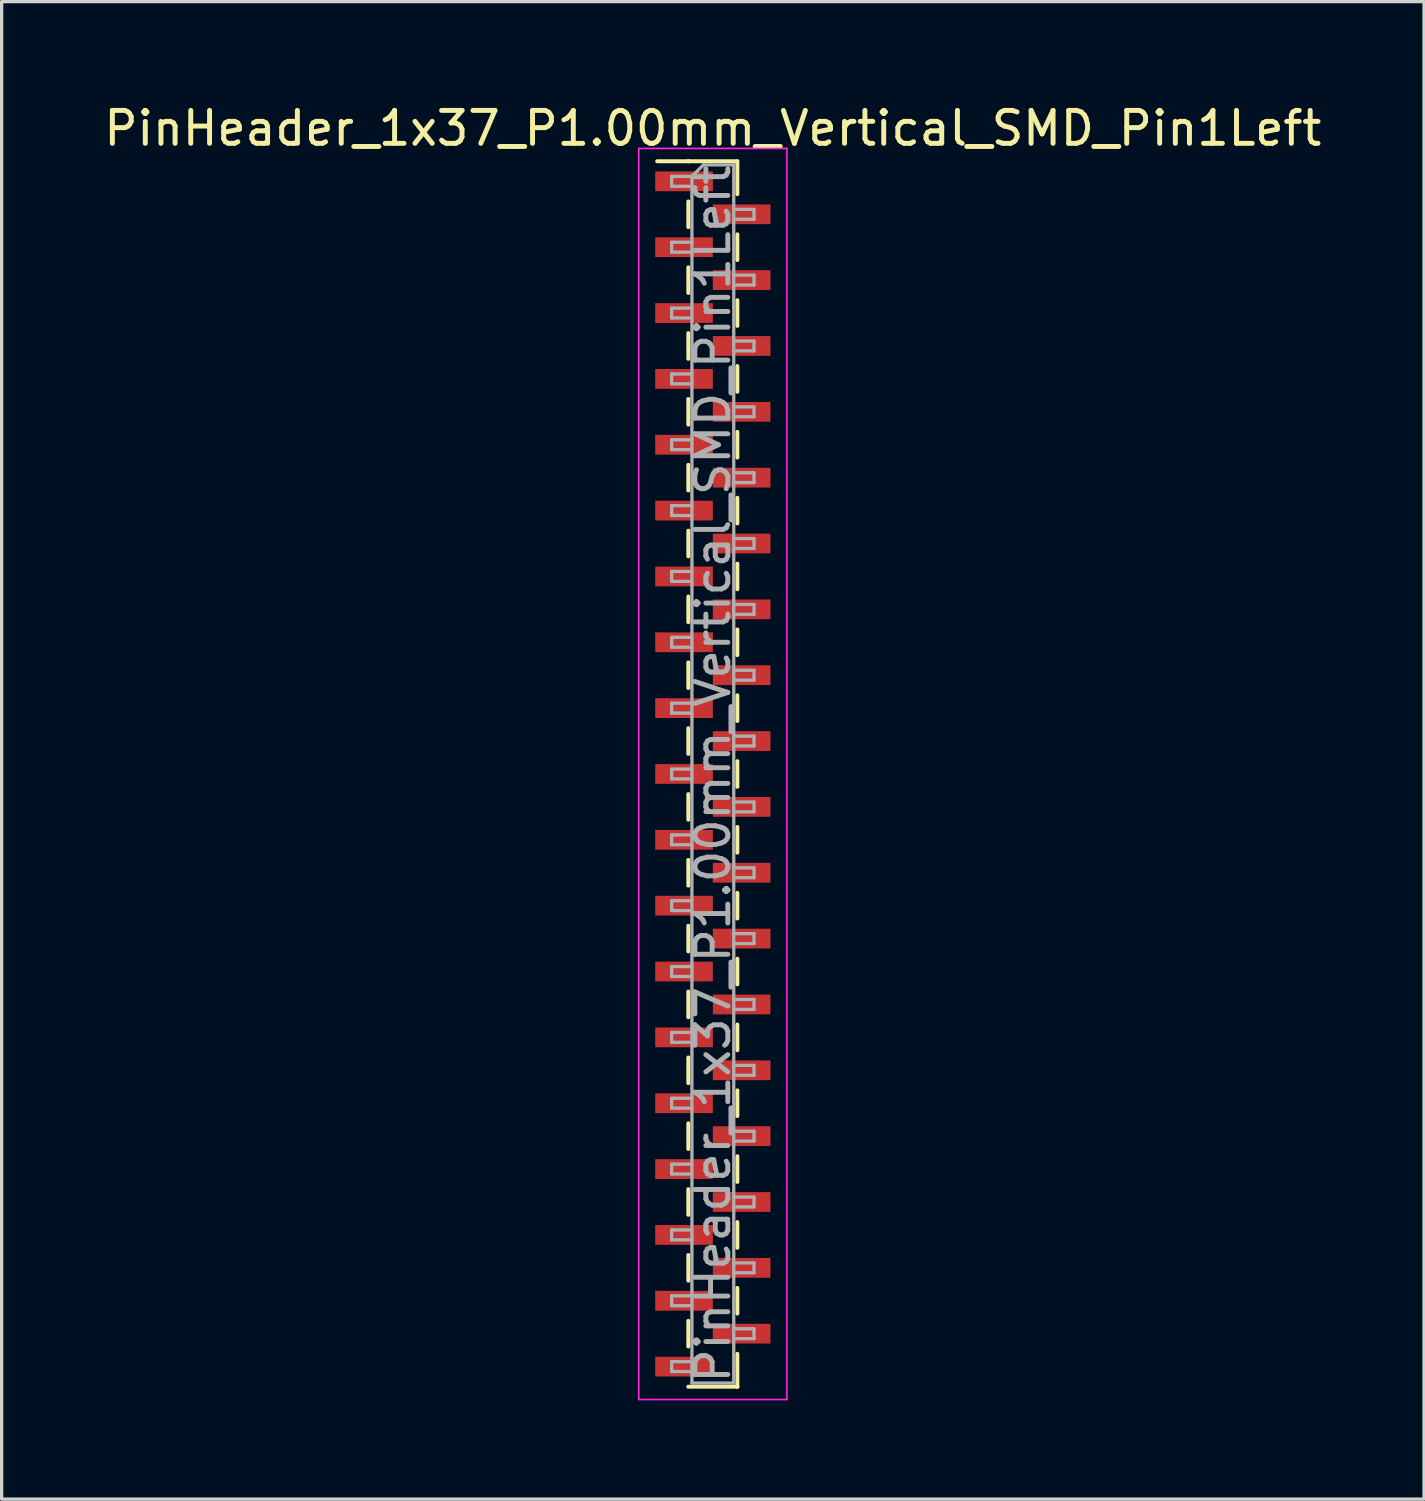
<source format=kicad_pcb>
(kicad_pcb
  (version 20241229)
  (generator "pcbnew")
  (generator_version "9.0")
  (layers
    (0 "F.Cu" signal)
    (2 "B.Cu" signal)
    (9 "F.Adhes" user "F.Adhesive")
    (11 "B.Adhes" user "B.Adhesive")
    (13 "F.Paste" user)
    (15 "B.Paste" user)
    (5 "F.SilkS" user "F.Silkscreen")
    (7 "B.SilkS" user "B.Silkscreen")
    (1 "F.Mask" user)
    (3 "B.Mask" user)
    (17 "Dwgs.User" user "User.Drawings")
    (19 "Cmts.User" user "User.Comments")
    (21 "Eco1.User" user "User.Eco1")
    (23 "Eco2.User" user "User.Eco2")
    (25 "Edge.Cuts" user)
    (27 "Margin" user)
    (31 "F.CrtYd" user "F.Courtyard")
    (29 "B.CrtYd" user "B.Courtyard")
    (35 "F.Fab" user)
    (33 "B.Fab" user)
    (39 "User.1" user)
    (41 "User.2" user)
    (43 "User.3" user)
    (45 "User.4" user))
  (footprint "PinHeader_1x37_P1.00mm_Vertical_SMD_Pin1Left"
    (layer "F.Cu")
    (at 18.601 20.458)
    (property "Reference" "PinHeader_1x37_P1.00mm_Vertical_SMD_Pin1Left" (at 0 -19.61 0) (layer "F.SilkS") (effects (font (size 1 1) (thickness 0.15))))
    (attr smd)
    (fp_line (start -0.745 -18.61) (end -1.69 -18.61) (stroke (width 0.12) (type solid)) (layer "F.SilkS"))
    (fp_line (start -0.745 -18.61) (end -0.745 -18.61) (stroke (width 0.12) (type solid)) (layer "F.SilkS"))
    (fp_line (start -0.745 -18.61) (end 0.745 -18.61) (stroke (width 0.12) (type solid)) (layer "F.SilkS"))
    (fp_line (start -0.745 -17.39) (end -0.745 -16.61) (stroke (width 0.12) (type solid)) (layer "F.SilkS"))
    (fp_line (start -0.745 -15.39) (end -0.745 -14.61) (stroke (width 0.12) (type solid)) (layer "F.SilkS"))
    (fp_line (start -0.745 -13.39) (end -0.745 -12.61) (stroke (width 0.12) (type solid)) (layer "F.SilkS"))
    (fp_line (start -0.745 -11.39) (end -0.745 -10.61) (stroke (width 0.12) (type solid)) (layer "F.SilkS"))
    (fp_line (start -0.745 -9.39) (end -0.745 -8.61) (stroke (width 0.12) (type solid)) (layer "F.SilkS"))
    (fp_line (start -0.745 -7.39) (end -0.745 -6.61) (stroke (width 0.12) (type solid)) (layer "F.SilkS"))
    (fp_line (start -0.745 -5.39) (end -0.745 -4.61) (stroke (width 0.12) (type solid)) (layer "F.SilkS"))
    (fp_line (start -0.745 -3.39) (end -0.745 -2.61) (stroke (width 0.12) (type solid)) (layer "F.SilkS"))
    (fp_line (start -0.745 -1.39) (end -0.745 -0.61) (stroke (width 0.12) (type solid)) (layer "F.SilkS"))
    (fp_line (start -0.745 0.61) (end -0.745 1.39) (stroke (width 0.12) (type solid)) (layer "F.SilkS"))
    (fp_line (start -0.745 2.61) (end -0.745 3.39) (stroke (width 0.12) (type solid)) (layer "F.SilkS"))
    (fp_line (start -0.745 4.61) (end -0.745 5.39) (stroke (width 0.12) (type solid)) (layer "F.SilkS"))
    (fp_line (start -0.745 6.61) (end -0.745 7.39) (stroke (width 0.12) (type solid)) (layer "F.SilkS"))
    (fp_line (start -0.745 8.61) (end -0.745 9.39) (stroke (width 0.12) (type solid)) (layer "F.SilkS"))
    (fp_line (start -0.745 10.61) (end -0.745 11.39) (stroke (width 0.12) (type solid)) (layer "F.SilkS"))
    (fp_line (start -0.745 12.61) (end -0.745 13.39) (stroke (width 0.12) (type solid)) (layer "F.SilkS"))
    (fp_line (start -0.745 14.61) (end -0.745 15.39) (stroke (width 0.12) (type solid)) (layer "F.SilkS"))
    (fp_line (start -0.745 16.61) (end -0.745 17.39) (stroke (width 0.12) (type solid)) (layer "F.SilkS"))
    (fp_line (start -0.745 18.61) (end 0.745 18.61) (stroke (width 0.12) (type solid)) (layer "F.SilkS"))
    (fp_line (start 0.745 -18.61) (end 0.745 -17.61) (stroke (width 0.12) (type solid)) (layer "F.SilkS"))
    (fp_line (start 0.745 -16.39) (end 0.745 -15.61) (stroke (width 0.12) (type solid)) (layer "F.SilkS"))
    (fp_line (start 0.745 -14.39) (end 0.745 -13.61) (stroke (width 0.12) (type solid)) (layer "F.SilkS"))
    (fp_line (start 0.745 -12.39) (end 0.745 -11.61) (stroke (width 0.12) (type solid)) (layer "F.SilkS"))
    (fp_line (start 0.745 -10.39) (end 0.745 -9.61) (stroke (width 0.12) (type solid)) (layer "F.SilkS"))
    (fp_line (start 0.745 -8.39) (end 0.745 -7.61) (stroke (width 0.12) (type solid)) (layer "F.SilkS"))
    (fp_line (start 0.745 -6.39) (end 0.745 -5.61) (stroke (width 0.12) (type solid)) (layer "F.SilkS"))
    (fp_line (start 0.745 -4.39) (end 0.745 -3.61) (stroke (width 0.12) (type solid)) (layer "F.SilkS"))
    (fp_line (start 0.745 -2.39) (end 0.745 -1.61) (stroke (width 0.12) (type solid)) (layer "F.SilkS"))
    (fp_line (start 0.745 -0.39) (end 0.745 0.39) (stroke (width 0.12) (type solid)) (layer "F.SilkS"))
    (fp_line (start 0.745 1.61) (end 0.745 2.39) (stroke (width 0.12) (type solid)) (layer "F.SilkS"))
    (fp_line (start 0.745 3.61) (end 0.745 4.39) (stroke (width 0.12) (type solid)) (layer "F.SilkS"))
    (fp_line (start 0.745 5.61) (end 0.745 6.39) (stroke (width 0.12) (type solid)) (layer "F.SilkS"))
    (fp_line (start 0.745 7.61) (end 0.745 8.39) (stroke (width 0.12) (type solid)) (layer "F.SilkS"))
    (fp_line (start 0.745 9.61) (end 0.745 10.39) (stroke (width 0.12) (type solid)) (layer "F.SilkS"))
    (fp_line (start 0.745 11.61) (end 0.745 12.39) (stroke (width 0.12) (type solid)) (layer "F.SilkS"))
    (fp_line (start 0.745 13.61) (end 0.745 14.39) (stroke (width 0.12) (type solid)) (layer "F.SilkS"))
    (fp_line (start 0.745 15.61) (end 0.745 16.39) (stroke (width 0.12) (type solid)) (layer "F.SilkS"))
    (fp_line (start 0.745 17.61) (end 0.745 18.61) (stroke (width 0.12) (type solid)) (layer "F.SilkS"))
    (fp_line (start 0.745 18.61) (end 0.745 18.61) (stroke (width 0.12) (type solid)) (layer "F.SilkS"))
    (fp_line (start -2.25 -19) (end -2.25 19) (stroke (width 0.05) (type solid)) (layer "F.CrtYd"))
    (fp_line (start -2.25 19) (end 2.25 19) (stroke (width 0.05) (type solid)) (layer "F.CrtYd"))
    (fp_line (start 2.25 -19) (end -2.25 -19) (stroke (width 0.05) (type solid)) (layer "F.CrtYd"))
    (fp_line (start 2.25 19) (end 2.25 -19) (stroke (width 0.05) (type solid)) (layer "F.CrtYd"))
    (fp_line (start -1.25 -18.15) (end -1.25 -17.85) (stroke (width 0.1) (type solid)) (layer "F.Fab"))
    (fp_line (start -1.25 -17.85) (end -0.635 -17.85) (stroke (width 0.1) (type solid)) (layer "F.Fab"))
    (fp_line (start -1.25 -16.15) (end -1.25 -15.85) (stroke (width 0.1) (type solid)) (layer "F.Fab"))
    (fp_line (start -1.25 -15.85) (end -0.635 -15.85) (stroke (width 0.1) (type solid)) (layer "F.Fab"))
    (fp_line (start -1.25 -14.15) (end -1.25 -13.85) (stroke (width 0.1) (type solid)) (layer "F.Fab"))
    (fp_line (start -1.25 -13.85) (end -0.635 -13.85) (stroke (width 0.1) (type solid)) (layer "F.Fab"))
    (fp_line (start -1.25 -12.15) (end -1.25 -11.85) (stroke (width 0.1) (type solid)) (layer "F.Fab"))
    (fp_line (start -1.25 -11.85) (end -0.635 -11.85) (stroke (width 0.1) (type solid)) (layer "F.Fab"))
    (fp_line (start -1.25 -10.15) (end -1.25 -9.85) (stroke (width 0.1) (type solid)) (layer "F.Fab"))
    (fp_line (start -1.25 -9.85) (end -0.635 -9.85) (stroke (width 0.1) (type solid)) (layer "F.Fab"))
    (fp_line (start -1.25 -8.15) (end -1.25 -7.85) (stroke (width 0.1) (type solid)) (layer "F.Fab"))
    (fp_line (start -1.25 -7.85) (end -0.635 -7.85) (stroke (width 0.1) (type solid)) (layer "F.Fab"))
    (fp_line (start -1.25 -6.15) (end -1.25 -5.85) (stroke (width 0.1) (type solid)) (layer "F.Fab"))
    (fp_line (start -1.25 -5.85) (end -0.635 -5.85) (stroke (width 0.1) (type solid)) (layer "F.Fab"))
    (fp_line (start -1.25 -4.15) (end -1.25 -3.85) (stroke (width 0.1) (type solid)) (layer "F.Fab"))
    (fp_line (start -1.25 -3.85) (end -0.635 -3.85) (stroke (width 0.1) (type solid)) (layer "F.Fab"))
    (fp_line (start -1.25 -2.15) (end -1.25 -1.85) (stroke (width 0.1) (type solid)) (layer "F.Fab"))
    (fp_line (start -1.25 -1.85) (end -0.635 -1.85) (stroke (width 0.1) (type solid)) (layer "F.Fab"))
    (fp_line (start -1.25 -0.15) (end -1.25 0.15) (stroke (width 0.1) (type solid)) (layer "F.Fab"))
    (fp_line (start -1.25 0.15) (end -0.635 0.15) (stroke (width 0.1) (type solid)) (layer "F.Fab"))
    (fp_line (start -1.25 1.85) (end -1.25 2.15) (stroke (width 0.1) (type solid)) (layer "F.Fab"))
    (fp_line (start -1.25 2.15) (end -0.635 2.15) (stroke (width 0.1) (type solid)) (layer "F.Fab"))
    (fp_line (start -1.25 3.85) (end -1.25 4.15) (stroke (width 0.1) (type solid)) (layer "F.Fab"))
    (fp_line (start -1.25 4.15) (end -0.635 4.15) (stroke (width 0.1) (type solid)) (layer "F.Fab"))
    (fp_line (start -1.25 5.85) (end -1.25 6.15) (stroke (width 0.1) (type solid)) (layer "F.Fab"))
    (fp_line (start -1.25 6.15) (end -0.635 6.15) (stroke (width 0.1) (type solid)) (layer "F.Fab"))
    (fp_line (start -1.25 7.85) (end -1.25 8.15) (stroke (width 0.1) (type solid)) (layer "F.Fab"))
    (fp_line (start -1.25 8.15) (end -0.635 8.15) (stroke (width 0.1) (type solid)) (layer "F.Fab"))
    (fp_line (start -1.25 9.85) (end -1.25 10.15) (stroke (width 0.1) (type solid)) (layer "F.Fab"))
    (fp_line (start -1.25 10.15) (end -0.635 10.15) (stroke (width 0.1) (type solid)) (layer "F.Fab"))
    (fp_line (start -1.25 11.85) (end -1.25 12.15) (stroke (width 0.1) (type solid)) (layer "F.Fab"))
    (fp_line (start -1.25 12.15) (end -0.635 12.15) (stroke (width 0.1) (type solid)) (layer "F.Fab"))
    (fp_line (start -1.25 13.85) (end -1.25 14.15) (stroke (width 0.1) (type solid)) (layer "F.Fab"))
    (fp_line (start -1.25 14.15) (end -0.635 14.15) (stroke (width 0.1) (type solid)) (layer "F.Fab"))
    (fp_line (start -1.25 15.85) (end -1.25 16.15) (stroke (width 0.1) (type solid)) (layer "F.Fab"))
    (fp_line (start -1.25 16.15) (end -0.635 16.15) (stroke (width 0.1) (type solid)) (layer "F.Fab"))
    (fp_line (start -1.25 17.85) (end -1.25 18.15) (stroke (width 0.1) (type solid)) (layer "F.Fab"))
    (fp_line (start -1.25 18.15) (end -0.635 18.15) (stroke (width 0.1) (type solid)) (layer "F.Fab"))
    (fp_line (start -0.635 -18.15) (end -1.25 -18.15) (stroke (width 0.1) (type solid)) (layer "F.Fab"))
    (fp_line (start -0.635 -18.15) (end -0.285 -18.5) (stroke (width 0.1) (type solid)) (layer "F.Fab"))
    (fp_line (start -0.635 -16.15) (end -1.25 -16.15) (stroke (width 0.1) (type solid)) (layer "F.Fab"))
    (fp_line (start -0.635 -14.15) (end -1.25 -14.15) (stroke (width 0.1) (type solid)) (layer "F.Fab"))
    (fp_line (start -0.635 -12.15) (end -1.25 -12.15) (stroke (width 0.1) (type solid)) (layer "F.Fab"))
    (fp_line (start -0.635 -10.15) (end -1.25 -10.15) (stroke (width 0.1) (type solid)) (layer "F.Fab"))
    (fp_line (start -0.635 -8.15) (end -1.25 -8.15) (stroke (width 0.1) (type solid)) (layer "F.Fab"))
    (fp_line (start -0.635 -6.15) (end -1.25 -6.15) (stroke (width 0.1) (type solid)) (layer "F.Fab"))
    (fp_line (start -0.635 -4.15) (end -1.25 -4.15) (stroke (width 0.1) (type solid)) (layer "F.Fab"))
    (fp_line (start -0.635 -2.15) (end -1.25 -2.15) (stroke (width 0.1) (type solid)) (layer "F.Fab"))
    (fp_line (start -0.635 -0.15) (end -1.25 -0.15) (stroke (width 0.1) (type solid)) (layer "F.Fab"))
    (fp_line (start -0.635 1.85) (end -1.25 1.85) (stroke (width 0.1) (type solid)) (layer "F.Fab"))
    (fp_line (start -0.635 3.85) (end -1.25 3.85) (stroke (width 0.1) (type solid)) (layer "F.Fab"))
    (fp_line (start -0.635 5.85) (end -1.25 5.85) (stroke (width 0.1) (type solid)) (layer "F.Fab"))
    (fp_line (start -0.635 7.85) (end -1.25 7.85) (stroke (width 0.1) (type solid)) (layer "F.Fab"))
    (fp_line (start -0.635 9.85) (end -1.25 9.85) (stroke (width 0.1) (type solid)) (layer "F.Fab"))
    (fp_line (start -0.635 11.85) (end -1.25 11.85) (stroke (width 0.1) (type solid)) (layer "F.Fab"))
    (fp_line (start -0.635 13.85) (end -1.25 13.85) (stroke (width 0.1) (type solid)) (layer "F.Fab"))
    (fp_line (start -0.635 15.85) (end -1.25 15.85) (stroke (width 0.1) (type solid)) (layer "F.Fab"))
    (fp_line (start -0.635 17.85) (end -1.25 17.85) (stroke (width 0.1) (type solid)) (layer "F.Fab"))
    (fp_line (start -0.635 18.5) (end -0.635 -18.15) (stroke (width 0.1) (type solid)) (layer "F.Fab"))
    (fp_line (start -0.285 -18.5) (end 0.635 -18.5) (stroke (width 0.1) (type solid)) (layer "F.Fab"))
    (fp_line (start 0.635 -18.5) (end 0.635 18.5) (stroke (width 0.1) (type solid)) (layer "F.Fab"))
    (fp_line (start 0.635 -17.15) (end 1.25 -17.15) (stroke (width 0.1) (type solid)) (layer "F.Fab"))
    (fp_line (start 0.635 -15.15) (end 1.25 -15.15) (stroke (width 0.1) (type solid)) (layer "F.Fab"))
    (fp_line (start 0.635 -13.15) (end 1.25 -13.15) (stroke (width 0.1) (type solid)) (layer "F.Fab"))
    (fp_line (start 0.635 -11.15) (end 1.25 -11.15) (stroke (width 0.1) (type solid)) (layer "F.Fab"))
    (fp_line (start 0.635 -9.15) (end 1.25 -9.15) (stroke (width 0.1) (type solid)) (layer "F.Fab"))
    (fp_line (start 0.635 -7.15) (end 1.25 -7.15) (stroke (width 0.1) (type solid)) (layer "F.Fab"))
    (fp_line (start 0.635 -5.15) (end 1.25 -5.15) (stroke (width 0.1) (type solid)) (layer "F.Fab"))
    (fp_line (start 0.635 -3.15) (end 1.25 -3.15) (stroke (width 0.1) (type solid)) (layer "F.Fab"))
    (fp_line (start 0.635 -1.15) (end 1.25 -1.15) (stroke (width 0.1) (type solid)) (layer "F.Fab"))
    (fp_line (start 0.635 0.85) (end 1.25 0.85) (stroke (width 0.1) (type solid)) (layer "F.Fab"))
    (fp_line (start 0.635 2.85) (end 1.25 2.85) (stroke (width 0.1) (type solid)) (layer "F.Fab"))
    (fp_line (start 0.635 4.85) (end 1.25 4.85) (stroke (width 0.1) (type solid)) (layer "F.Fab"))
    (fp_line (start 0.635 6.85) (end 1.25 6.85) (stroke (width 0.1) (type solid)) (layer "F.Fab"))
    (fp_line (start 0.635 8.85) (end 1.25 8.85) (stroke (width 0.1) (type solid)) (layer "F.Fab"))
    (fp_line (start 0.635 10.85) (end 1.25 10.85) (stroke (width 0.1) (type solid)) (layer "F.Fab"))
    (fp_line (start 0.635 12.85) (end 1.25 12.85) (stroke (width 0.1) (type solid)) (layer "F.Fab"))
    (fp_line (start 0.635 14.85) (end 1.25 14.85) (stroke (width 0.1) (type solid)) (layer "F.Fab"))
    (fp_line (start 0.635 16.85) (end 1.25 16.85) (stroke (width 0.1) (type solid)) (layer "F.Fab"))
    (fp_line (start 0.635 18.5) (end -0.635 18.5) (stroke (width 0.1) (type solid)) (layer "F.Fab"))
    (fp_line (start 1.25 -17.15) (end 1.25 -16.85) (stroke (width 0.1) (type solid)) (layer "F.Fab"))
    (fp_line (start 1.25 -16.85) (end 0.635 -16.85) (stroke (width 0.1) (type solid)) (layer "F.Fab"))
    (fp_line (start 1.25 -15.15) (end 1.25 -14.85) (stroke (width 0.1) (type solid)) (layer "F.Fab"))
    (fp_line (start 1.25 -14.85) (end 0.635 -14.85) (stroke (width 0.1) (type solid)) (layer "F.Fab"))
    (fp_line (start 1.25 -13.15) (end 1.25 -12.85) (stroke (width 0.1) (type solid)) (layer "F.Fab"))
    (fp_line (start 1.25 -12.85) (end 0.635 -12.85) (stroke (width 0.1) (type solid)) (layer "F.Fab"))
    (fp_line (start 1.25 -11.15) (end 1.25 -10.85) (stroke (width 0.1) (type solid)) (layer "F.Fab"))
    (fp_line (start 1.25 -10.85) (end 0.635 -10.85) (stroke (width 0.1) (type solid)) (layer "F.Fab"))
    (fp_line (start 1.25 -9.15) (end 1.25 -8.85) (stroke (width 0.1) (type solid)) (layer "F.Fab"))
    (fp_line (start 1.25 -8.85) (end 0.635 -8.85) (stroke (width 0.1) (type solid)) (layer "F.Fab"))
    (fp_line (start 1.25 -7.15) (end 1.25 -6.85) (stroke (width 0.1) (type solid)) (layer "F.Fab"))
    (fp_line (start 1.25 -6.85) (end 0.635 -6.85) (stroke (width 0.1) (type solid)) (layer "F.Fab"))
    (fp_line (start 1.25 -5.15) (end 1.25 -4.85) (stroke (width 0.1) (type solid)) (layer "F.Fab"))
    (fp_line (start 1.25 -4.85) (end 0.635 -4.85) (stroke (width 0.1) (type solid)) (layer "F.Fab"))
    (fp_line (start 1.25 -3.15) (end 1.25 -2.85) (stroke (width 0.1) (type solid)) (layer "F.Fab"))
    (fp_line (start 1.25 -2.85) (end 0.635 -2.85) (stroke (width 0.1) (type solid)) (layer "F.Fab"))
    (fp_line (start 1.25 -1.15) (end 1.25 -0.85) (stroke (width 0.1) (type solid)) (layer "F.Fab"))
    (fp_line (start 1.25 -0.85) (end 0.635 -0.85) (stroke (width 0.1) (type solid)) (layer "F.Fab"))
    (fp_line (start 1.25 0.85) (end 1.25 1.15) (stroke (width 0.1) (type solid)) (layer "F.Fab"))
    (fp_line (start 1.25 1.15) (end 0.635 1.15) (stroke (width 0.1) (type solid)) (layer "F.Fab"))
    (fp_line (start 1.25 2.85) (end 1.25 3.15) (stroke (width 0.1) (type solid)) (layer "F.Fab"))
    (fp_line (start 1.25 3.15) (end 0.635 3.15) (stroke (width 0.1) (type solid)) (layer "F.Fab"))
    (fp_line (start 1.25 4.85) (end 1.25 5.15) (stroke (width 0.1) (type solid)) (layer "F.Fab"))
    (fp_line (start 1.25 5.15) (end 0.635 5.15) (stroke (width 0.1) (type solid)) (layer "F.Fab"))
    (fp_line (start 1.25 6.85) (end 1.25 7.15) (stroke (width 0.1) (type solid)) (layer "F.Fab"))
    (fp_line (start 1.25 7.15) (end 0.635 7.15) (stroke (width 0.1) (type solid)) (layer "F.Fab"))
    (fp_line (start 1.25 8.85) (end 1.25 9.15) (stroke (width 0.1) (type solid)) (layer "F.Fab"))
    (fp_line (start 1.25 9.15) (end 0.635 9.15) (stroke (width 0.1) (type solid)) (layer "F.Fab"))
    (fp_line (start 1.25 10.85) (end 1.25 11.15) (stroke (width 0.1) (type solid)) (layer "F.Fab"))
    (fp_line (start 1.25 11.15) (end 0.635 11.15) (stroke (width 0.1) (type solid)) (layer "F.Fab"))
    (fp_line (start 1.25 12.85) (end 1.25 13.15) (stroke (width 0.1) (type solid)) (layer "F.Fab"))
    (fp_line (start 1.25 13.15) (end 0.635 13.15) (stroke (width 0.1) (type solid)) (layer "F.Fab"))
    (fp_line (start 1.25 14.85) (end 1.25 15.15) (stroke (width 0.1) (type solid)) (layer "F.Fab"))
    (fp_line (start 1.25 15.15) (end 0.635 15.15) (stroke (width 0.1) (type solid)) (layer "F.Fab"))
    (fp_line (start 1.25 16.85) (end 1.25 17.15) (stroke (width 0.1) (type solid)) (layer "F.Fab"))
    (fp_line (start 1.25 17.15) (end 0.635 17.15) (stroke (width 0.1) (type solid)) (layer "F.Fab"))
    (fp_text user "${REFERENCE}" (at 0 0 90) (layer "F.Fab") (effects (font (size 1 1) (thickness 0.15))))
    (pad "1" smd rect (at -0.875 -18) (size 1.75 0.6) (layers "F.Cu" "F.Mask" "F.Paste"))
    (pad "2" smd rect (at 0.875 -17) (size 1.75 0.6) (layers "F.Cu" "F.Mask" "F.Paste"))
    (pad "3" smd rect (at -0.875 -16) (size 1.75 0.6) (layers "F.Cu" "F.Mask" "F.Paste"))
    (pad "4" smd rect (at 0.875 -15) (size 1.75 0.6) (layers "F.Cu" "F.Mask" "F.Paste"))
    (pad "5" smd rect (at -0.875 -14) (size 1.75 0.6) (layers "F.Cu" "F.Mask" "F.Paste"))
    (pad "6" smd rect (at 0.875 -13) (size 1.75 0.6) (layers "F.Cu" "F.Mask" "F.Paste"))
    (pad "7" smd rect (at -0.875 -12) (size 1.75 0.6) (layers "F.Cu" "F.Mask" "F.Paste"))
    (pad "8" smd rect (at 0.875 -11) (size 1.75 0.6) (layers "F.Cu" "F.Mask" "F.Paste"))
    (pad "9" smd rect (at -0.875 -10) (size 1.75 0.6) (layers "F.Cu" "F.Mask" "F.Paste"))
    (pad "10" smd rect (at 0.875 -9) (size 1.75 0.6) (layers "F.Cu" "F.Mask" "F.Paste"))
    (pad "11" smd rect (at -0.875 -8) (size 1.75 0.6) (layers "F.Cu" "F.Mask" "F.Paste"))
    (pad "12" smd rect (at 0.875 -7) (size 1.75 0.6) (layers "F.Cu" "F.Mask" "F.Paste"))
    (pad "13" smd rect (at -0.875 -6) (size 1.75 0.6) (layers "F.Cu" "F.Mask" "F.Paste"))
    (pad "14" smd rect (at 0.875 -5) (size 1.75 0.6) (layers "F.Cu" "F.Mask" "F.Paste"))
    (pad "15" smd rect (at -0.875 -4) (size 1.75 0.6) (layers "F.Cu" "F.Mask" "F.Paste"))
    (pad "16" smd rect (at 0.875 -3) (size 1.75 0.6) (layers "F.Cu" "F.Mask" "F.Paste"))
    (pad "17" smd rect (at -0.875 -2) (size 1.75 0.6) (layers "F.Cu" "F.Mask" "F.Paste"))
    (pad "18" smd rect (at 0.875 -1) (size 1.75 0.6) (layers "F.Cu" "F.Mask" "F.Paste"))
    (pad "19" smd rect (at -0.875 0) (size 1.75 0.6) (layers "F.Cu" "F.Mask" "F.Paste"))
    (pad "20" smd rect (at 0.875 1) (size 1.75 0.6) (layers "F.Cu" "F.Mask" "F.Paste"))
    (pad "21" smd rect (at -0.875 2) (size 1.75 0.6) (layers "F.Cu" "F.Mask" "F.Paste"))
    (pad "22" smd rect (at 0.875 3) (size 1.75 0.6) (layers "F.Cu" "F.Mask" "F.Paste"))
    (pad "23" smd rect (at -0.875 4) (size 1.75 0.6) (layers "F.Cu" "F.Mask" "F.Paste"))
    (pad "24" smd rect (at 0.875 5) (size 1.75 0.6) (layers "F.Cu" "F.Mask" "F.Paste"))
    (pad "25" smd rect (at -0.875 6) (size 1.75 0.6) (layers "F.Cu" "F.Mask" "F.Paste"))
    (pad "26" smd rect (at 0.875 7) (size 1.75 0.6) (layers "F.Cu" "F.Mask" "F.Paste"))
    (pad "27" smd rect (at -0.875 8) (size 1.75 0.6) (layers "F.Cu" "F.Mask" "F.Paste"))
    (pad "28" smd rect (at 0.875 9) (size 1.75 0.6) (layers "F.Cu" "F.Mask" "F.Paste"))
    (pad "29" smd rect (at -0.875 10) (size 1.75 0.6) (layers "F.Cu" "F.Mask" "F.Paste"))
    (pad "30" smd rect (at 0.875 11) (size 1.75 0.6) (layers "F.Cu" "F.Mask" "F.Paste"))
    (pad "31" smd rect (at -0.875 12) (size 1.75 0.6) (layers "F.Cu" "F.Mask" "F.Paste"))
    (pad "32" smd rect (at 0.875 13) (size 1.75 0.6) (layers "F.Cu" "F.Mask" "F.Paste"))
    (pad "33" smd rect (at -0.875 14) (size 1.75 0.6) (layers "F.Cu" "F.Mask" "F.Paste"))
    (pad "34" smd rect (at 0.875 15) (size 1.75 0.6) (layers "F.Cu" "F.Mask" "F.Paste"))
    (pad "35" smd rect (at -0.875 16) (size 1.75 0.6) (layers "F.Cu" "F.Mask" "F.Paste"))
    (pad "36" smd rect (at 0.875 17) (size 1.75 0.6) (layers "F.Cu" "F.Mask" "F.Paste"))
    (pad "37" smd rect (at -0.875 18) (size 1.75 0.6) (layers "F.Cu" "F.Mask" "F.Paste")))
  (gr_rect
    (start -3 -3)
    (end 40.202 42.483)
    (stroke (width 0.1) (type default))
    (fill no)
    (layer "Edge.Cuts")))
</source>
